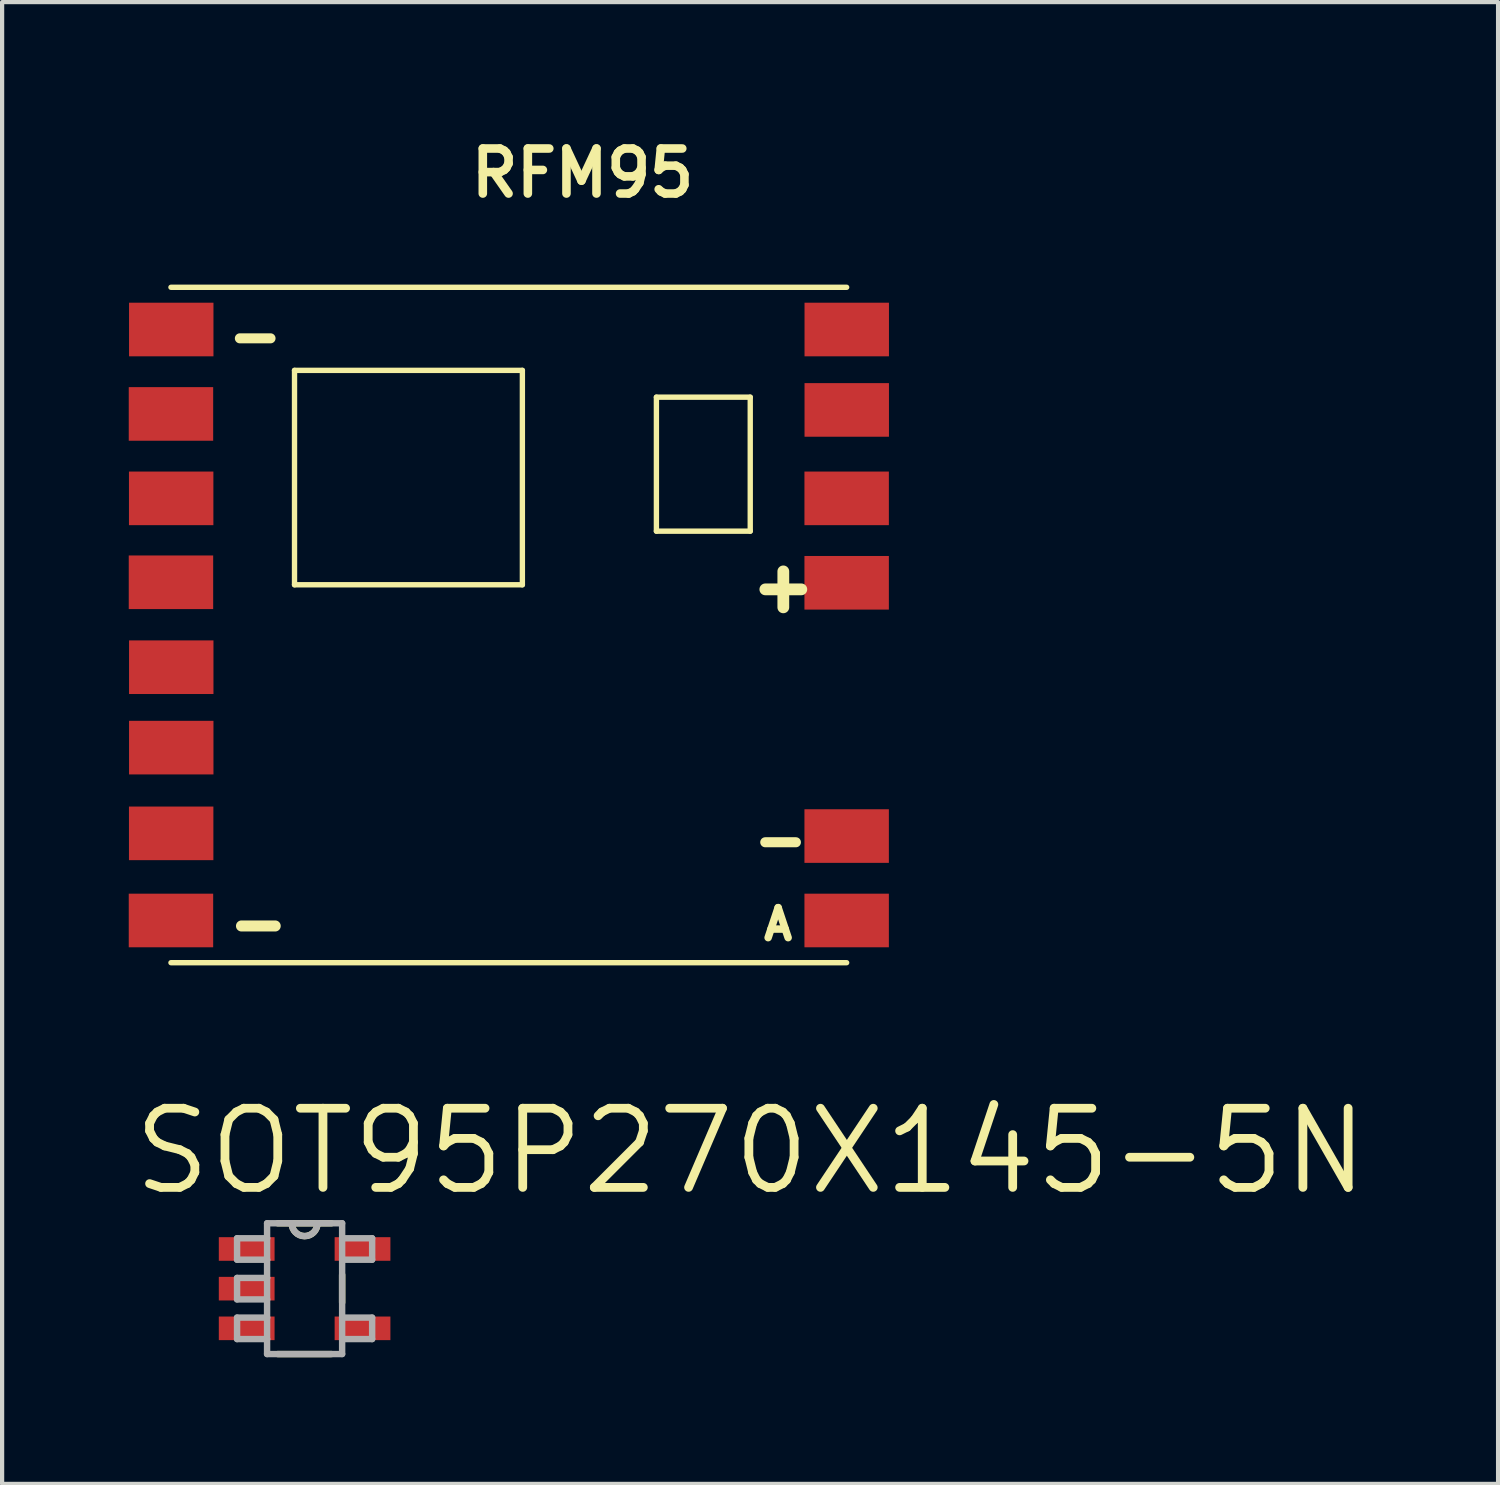
<source format=kicad_pcb>
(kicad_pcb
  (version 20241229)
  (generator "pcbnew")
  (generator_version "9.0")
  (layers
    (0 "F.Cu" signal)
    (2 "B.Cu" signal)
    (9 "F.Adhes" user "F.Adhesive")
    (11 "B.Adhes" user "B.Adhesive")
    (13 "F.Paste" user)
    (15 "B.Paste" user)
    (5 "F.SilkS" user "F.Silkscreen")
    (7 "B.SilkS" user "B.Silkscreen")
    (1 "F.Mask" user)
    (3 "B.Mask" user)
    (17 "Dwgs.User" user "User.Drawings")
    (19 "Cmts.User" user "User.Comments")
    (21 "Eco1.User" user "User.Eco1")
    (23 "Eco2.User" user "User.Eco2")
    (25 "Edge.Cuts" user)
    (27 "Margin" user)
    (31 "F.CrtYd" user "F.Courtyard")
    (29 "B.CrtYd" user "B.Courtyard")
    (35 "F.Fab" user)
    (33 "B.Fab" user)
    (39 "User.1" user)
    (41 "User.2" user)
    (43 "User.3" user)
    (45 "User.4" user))
  (footprint "RFM95"
    (layer "F.Cu")
    (at 11.23 11.756)
    (property "Reference" "RFM95" (at -3.23 -10.08 0) (unlocked yes) (layer "F.SilkS") (effects (font (size 1.067 1.067) (thickness 0.203)) (justify left bottom)))
    (fp_line (start -10.23 8) (end 5.777 8) (stroke (width 0.127) (type solid)) (layer "F.SilkS"))
    (fp_line (start -7.303 -6.032) (end -7.303 -0.953) (stroke (width 0.127) (type solid)) (layer "F.SilkS"))
    (fp_line (start -7.303 -0.953) (end -1.905 -0.953) (stroke (width 0.127) (type solid)) (layer "F.SilkS"))
    (fp_line (start -1.905 -6.032) (end -7.303 -6.032) (stroke (width 0.127) (type solid)) (layer "F.SilkS"))
    (fp_line (start -1.905 -0.953) (end -1.905 -6.032) (stroke (width 0.127) (type solid)) (layer "F.SilkS"))
    (fp_line (start 1.27 -5.397) (end 1.27 -2.223) (stroke (width 0.127) (type solid)) (layer "F.SilkS"))
    (fp_line (start 1.27 -2.223) (end 3.493 -2.223) (stroke (width 0.127) (type solid)) (layer "F.SilkS"))
    (fp_line (start 3.493 -5.397) (end 1.27 -5.397) (stroke (width 0.127) (type solid)) (layer "F.SilkS"))
    (fp_line (start 3.493 -2.223) (end 3.493 -5.397) (stroke (width 0.127) (type solid)) (layer "F.SilkS"))
    (fp_line (start 5.777 -8) (end -10.23 -8) (stroke (width 0.127) (type solid)) (layer "F.SilkS"))
    (fp_text user "-" (at -8.981 7.671 0) (unlocked yes) (layer "F.SilkS") (effects (font (size 1.048 1.048) (thickness 0.349)) (justify left bottom)))
    (fp_text user "-" (at -8.981 -6.299 0) (unlocked yes) (layer "F.SilkS") (effects (font (size 0.953 0.953) (thickness 0.318)) (justify left bottom)))
    (fp_text user "-" (at 3.465 5.639 0) (unlocked yes) (layer "F.SilkS") (effects (font (size 0.953 0.953) (thickness 0.318)) (justify left bottom)))
    (fp_text user "+" (at 3.401 -0.267 0) (unlocked yes) (layer "F.SilkS") (effects (font (size 1.118 1.118) (thickness 0.279)) (justify left bottom)))
    (fp_text user "A" (at 3.732 7.503 0) (unlocked yes) (layer "F.SilkS") (effects (font (size 0.711 0.711) (thickness 0.178)) (justify left bottom)))
    (pad "ANT" smd rect (at 5.777 7) (size 2 1.27) (layers "F.Cu" "F.Mask" "F.Paste"))
    (pad "DIO0" smd rect (at 5.777 -3) (size 2 1.27) (layers "F.Cu" "F.Mask" "F.Paste"))
    (pad "DIO1" smd rect (at 5.779 -5.095 180) (size 2 1.27) (layers "F.Cu" "F.Mask" "F.Paste"))
    (pad "DIO2" smd rect (at 5.779 -7 180) (size 2 1.27) (layers "F.Cu" "F.Mask" "F.Paste"))
    (pad "DIO5" smd rect (at -10.225 4.936) (size 2 1.27) (layers "F.Cu" "F.Mask" "F.Paste"))
    (pad "GND" smd rect (at 5.777 5) (size 2 1.27) (layers "F.Cu" "F.Mask" "F.Paste"))
    (pad "GND1" smd rect (at -10.223 -7 180) (size 2 1.27) (layers "F.Cu" "F.Mask" "F.Paste"))
    (pad "GND2" smd rect (at -10.23 7) (size 2 1.27) (layers "F.Cu" "F.Mask" "F.Paste"))
    (pad "MISO" smd rect (at -10.23 -5) (size 2 1.27) (layers "F.Cu" "F.Mask" "F.Paste"))
    (pad "MOSI" smd rect (at -10.225 -3) (size 2 1.27) (layers "F.Cu" "F.Mask" "F.Paste"))
    (pad "NSS" smd rect (at -10.223 1 180) (size 2 1.27) (layers "F.Cu" "F.Mask" "F.Paste"))
    (pad "RST" smd rect (at -10.223 2.905 180) (size 2 1.27) (layers "F.Cu" "F.Mask" "F.Paste"))
    (pad "SCK" smd rect (at -10.23 -1.012) (size 2 1.27) (layers "F.Cu" "F.Mask" "F.Paste"))
    (pad "VDD" smd rect (at 5.777 -1) (size 2 1.27) (layers "F.Cu" "F.Mask" "F.Paste")))
  (footprint "SOT95P270X145-5N"
    (layer "F.Cu")
    (at 4.166 27.478)
    (property "Reference" "SOT95P270X145-5N" (at -4.166 -2.159 0) (unlocked yes) (layer "F.SilkS") (effects (font (size 1.875 1.875) (thickness 0.208)) (justify left bottom)))
    (fp_line (start -0.635 1.549) (end 0.635 1.549) (stroke (width 0.152) (type solid)) (layer "F.SilkS"))
    (fp_line (start -0.305 -1.549) (end -0.635 -1.549) (stroke (width 0.152) (type solid)) (layer "F.SilkS"))
    (fp_line (start 0.305 -1.549) (end -0.305 -1.549) (stroke (width 0.152) (type solid)) (layer "F.SilkS"))
    (fp_line (start 0.635 -1.549) (end 0.305 -1.549) (stroke (width 0.152) (type solid)) (layer "F.SilkS"))
    (fp_line (start 0.889 0.33) (end 0.889 -0.33) (stroke (width 0.152) (type solid)) (layer "F.SilkS"))
    (fp_arc (start 0.3048 -1.5494) (mid 0 -1.2446) (end -0.3048 -1.5494) (stroke (width 0.1524) (type solid)) (layer "F.SilkS"))
    (fp_line (start -1.6 -1.194) (end -1.6 -0.686) (stroke (width 0.152) (type solid)) (layer "F.Fab"))
    (fp_line (start -1.6 -0.686) (end -0.889 -0.686) (stroke (width 0.152) (type solid)) (layer "F.Fab"))
    (fp_line (start -1.6 -0.254) (end -1.6 0.254) (stroke (width 0.152) (type solid)) (layer "F.Fab"))
    (fp_line (start -1.6 0.254) (end -0.889 0.254) (stroke (width 0.152) (type solid)) (layer "F.Fab"))
    (fp_line (start -1.6 0.686) (end -1.6 1.194) (stroke (width 0.152) (type solid)) (layer "F.Fab"))
    (fp_line (start -1.6 1.194) (end -0.889 1.194) (stroke (width 0.152) (type solid)) (layer "F.Fab"))
    (fp_line (start -0.889 -1.549) (end -0.889 -1.194) (stroke (width 0.152) (type solid)) (layer "F.Fab"))
    (fp_line (start -0.889 -1.194) (end -1.6 -1.194) (stroke (width 0.152) (type solid)) (layer "F.Fab"))
    (fp_line (start -0.889 -1.194) (end -0.889 -0.686) (stroke (width 0.152) (type solid)) (layer "F.Fab"))
    (fp_line (start -0.889 -0.686) (end -0.889 -0.254) (stroke (width 0.152) (type solid)) (layer "F.Fab"))
    (fp_line (start -0.889 -0.254) (end -1.6 -0.254) (stroke (width 0.152) (type solid)) (layer "F.Fab"))
    (fp_line (start -0.889 -0.254) (end -0.889 0.254) (stroke (width 0.152) (type solid)) (layer "F.Fab"))
    (fp_line (start -0.889 0.254) (end -0.889 0.686) (stroke (width 0.152) (type solid)) (layer "F.Fab"))
    (fp_line (start -0.889 0.686) (end -1.6 0.686) (stroke (width 0.152) (type solid)) (layer "F.Fab"))
    (fp_line (start -0.889 1.194) (end -0.889 0.686) (stroke (width 0.152) (type solid)) (layer "F.Fab"))
    (fp_line (start -0.889 1.549) (end -0.889 1.194) (stroke (width 0.152) (type solid)) (layer "F.Fab"))
    (fp_line (start -0.889 1.549) (end 0.889 1.549) (stroke (width 0.152) (type solid)) (layer "F.Fab"))
    (fp_line (start -0.305 -1.549) (end -0.889 -1.549) (stroke (width 0.152) (type solid)) (layer "F.Fab"))
    (fp_line (start 0.305 -1.549) (end -0.305 -1.549) (stroke (width 0.152) (type solid)) (layer "F.Fab"))
    (fp_line (start 0.889 -1.549) (end 0.305 -1.549) (stroke (width 0.152) (type solid)) (layer "F.Fab"))
    (fp_line (start 0.889 -1.549) (end 0.889 -1.194) (stroke (width 0.152) (type solid)) (layer "F.Fab"))
    (fp_line (start 0.889 -1.194) (end 0.889 -0.686) (stroke (width 0.152) (type solid)) (layer "F.Fab"))
    (fp_line (start 0.889 -0.686) (end 1.6 -0.686) (stroke (width 0.152) (type solid)) (layer "F.Fab"))
    (fp_line (start 0.889 0.686) (end 0.889 -0.686) (stroke (width 0.152) (type solid)) (layer "F.Fab"))
    (fp_line (start 0.889 1.194) (end 0.889 0.686) (stroke (width 0.152) (type solid)) (layer "F.Fab"))
    (fp_line (start 0.889 1.194) (end 1.6 1.194) (stroke (width 0.152) (type solid)) (layer "F.Fab"))
    (fp_line (start 0.889 1.549) (end 0.889 1.194) (stroke (width 0.152) (type solid)) (layer "F.Fab"))
    (fp_line (start 1.6 -1.194) (end 0.889 -1.194) (stroke (width 0.152) (type solid)) (layer "F.Fab"))
    (fp_line (start 1.6 -0.686) (end 1.6 -1.194) (stroke (width 0.152) (type solid)) (layer "F.Fab"))
    (fp_line (start 1.6 0.686) (end 0.889 0.686) (stroke (width 0.152) (type solid)) (layer "F.Fab"))
    (fp_line (start 1.6 1.194) (end 1.6 0.686) (stroke (width 0.152) (type solid)) (layer "F.Fab"))
    (fp_arc (start 0.3048 -1.5494) (mid 0 -1.2446) (end -0.3048 -1.5494) (stroke (width 0.1524) (type solid)) (layer "F.Fab"))
    (pad "1" smd rect (at -1.372 -0.94) (size 1.321 0.559) (layers "F.Cu" "F.Mask" "F.Paste"))
    (pad "2" smd rect (at -1.372 0) (size 1.321 0.559) (layers "F.Cu" "F.Mask" "F.Paste"))
    (pad "3" smd rect (at -1.372 0.94) (size 1.321 0.559) (layers "F.Cu" "F.Mask" "F.Paste"))
    (pad "4" smd rect (at 1.372 0.94) (size 1.321 0.559) (layers "F.Cu" "F.Mask" "F.Paste"))
    (pad "5" smd rect (at 1.372 -0.94) (size 1.321 0.559) (layers "F.Cu" "F.Mask" "F.Paste")))
  (gr_rect
    (start -3 -3)
    (end 32.439 32.104)
    (stroke (width 0.1) (type default))
    (fill no)
    (layer "Edge.Cuts")))
</source>
